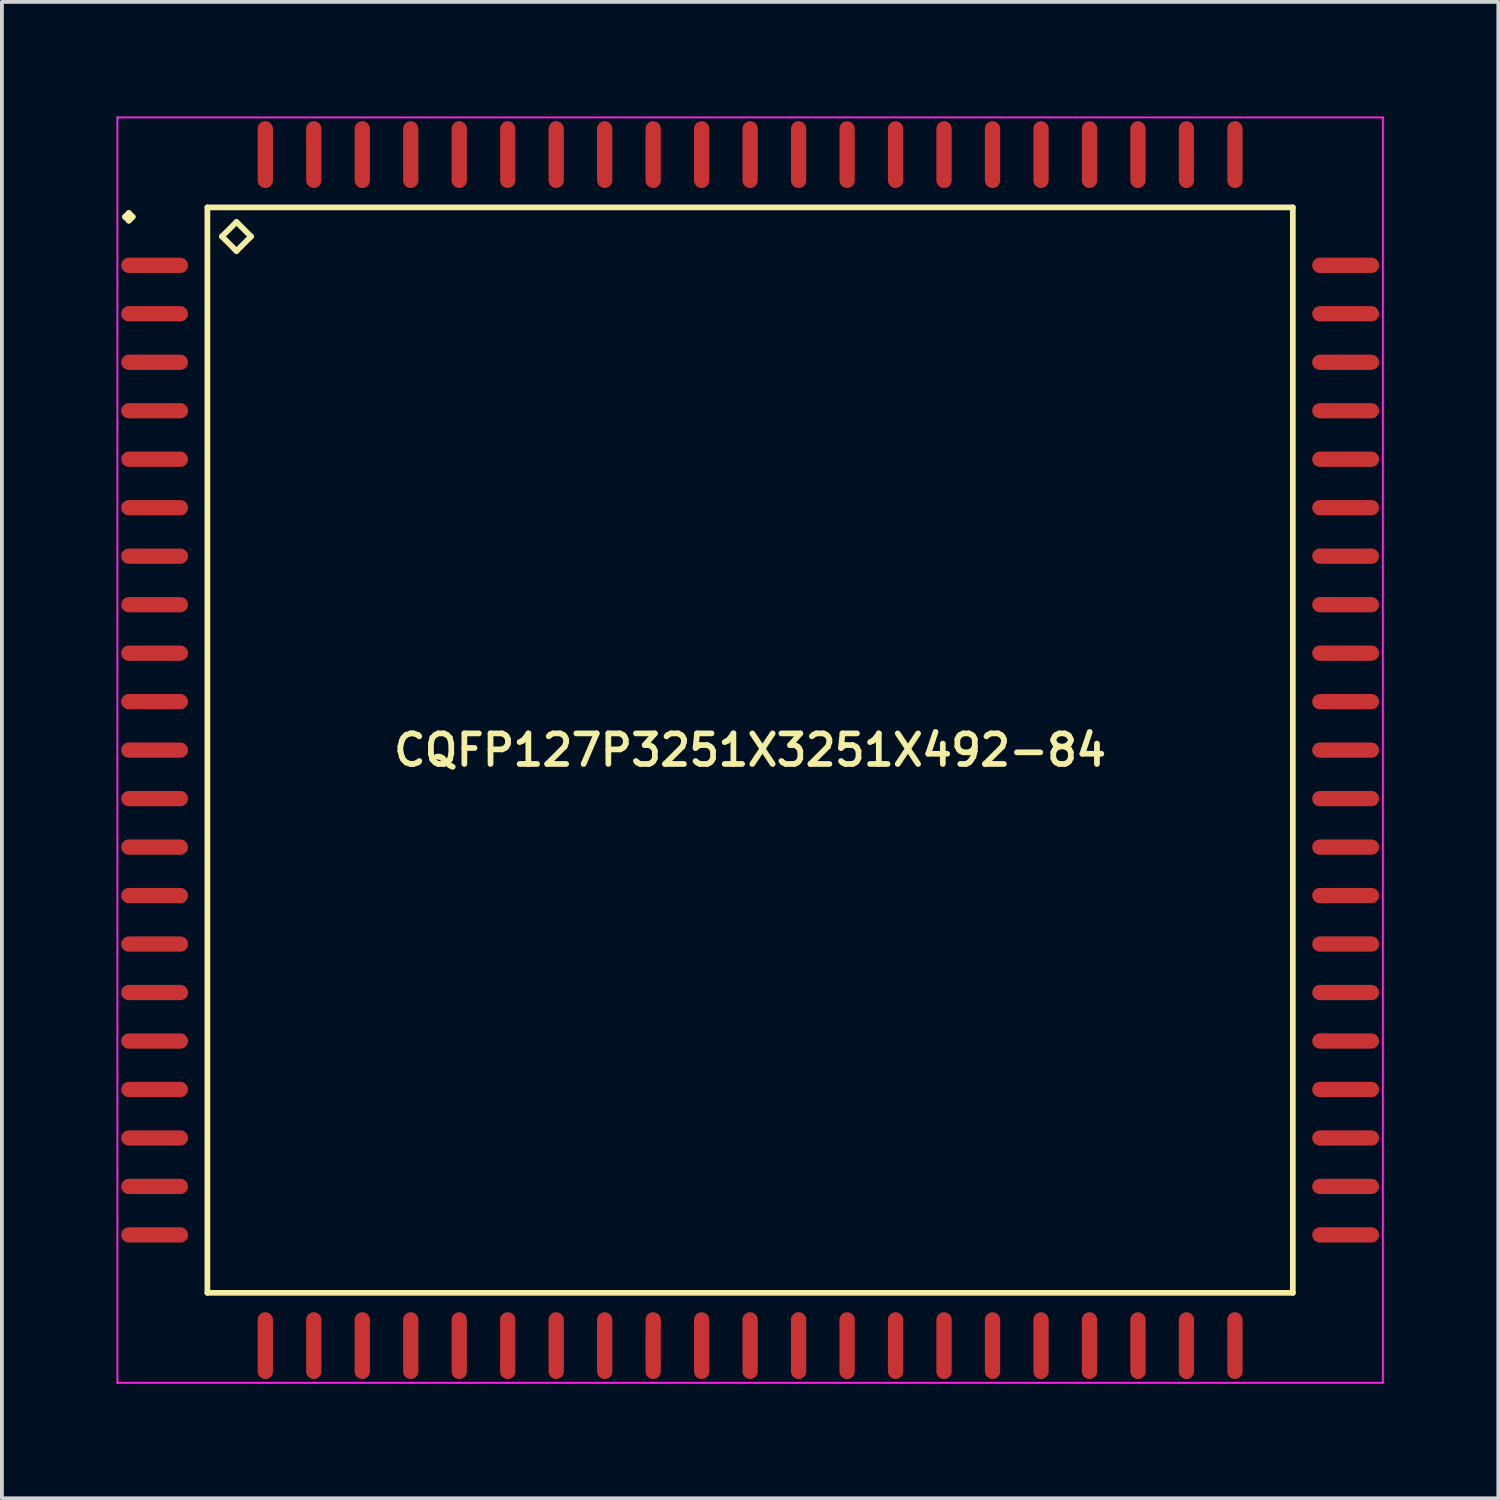
<source format=kicad_pcb>
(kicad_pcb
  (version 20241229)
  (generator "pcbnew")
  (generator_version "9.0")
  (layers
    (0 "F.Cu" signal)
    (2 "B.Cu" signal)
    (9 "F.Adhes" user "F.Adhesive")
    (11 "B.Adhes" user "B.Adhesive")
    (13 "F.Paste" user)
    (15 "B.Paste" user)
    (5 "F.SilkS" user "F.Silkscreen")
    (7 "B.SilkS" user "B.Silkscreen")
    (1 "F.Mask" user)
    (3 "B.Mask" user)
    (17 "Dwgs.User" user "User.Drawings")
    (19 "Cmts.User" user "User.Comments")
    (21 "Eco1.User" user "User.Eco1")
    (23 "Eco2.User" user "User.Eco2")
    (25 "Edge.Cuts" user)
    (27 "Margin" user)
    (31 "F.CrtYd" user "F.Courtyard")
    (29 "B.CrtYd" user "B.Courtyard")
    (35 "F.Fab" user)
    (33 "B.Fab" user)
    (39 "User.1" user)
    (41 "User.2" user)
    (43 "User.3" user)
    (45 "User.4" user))
  (footprint "CQFP127P3251X3251X492-84"
    (layer "F.Cu")
    (at 16.6 16.6)
    (property "Reference" "CQFP127P3251X3251X492-84" (at 0 0 0) (layer "F.SilkS") (effects (font (size 0.8 0.8) (thickness 0.15))))
    (attr smd)
    (fp_line (start -16.375 -13.97) (end -16.275 -14.07) (stroke (width 0.15) (type solid)) (layer "F.SilkS"))
    (fp_line (start -16.275 -14.07) (end -16.175 -13.97) (stroke (width 0.15) (type solid)) (layer "F.SilkS"))
    (fp_line (start -16.275 -13.87) (end -16.375 -13.97) (stroke (width 0.15) (type solid)) (layer "F.SilkS"))
    (fp_line (start -16.175 -13.97) (end -16.275 -13.87) (stroke (width 0.15) (type solid)) (layer "F.SilkS"))
    (fp_line (start -14.217 -14.217) (end -14.217 14.217) (stroke (width 0.15) (type solid)) (layer "F.SilkS"))
    (fp_line (start -14.217 14.217) (end 14.217 14.217) (stroke (width 0.15) (type solid)) (layer "F.SilkS"))
    (fp_line (start -13.836 -13.455) (end -13.455 -13.836) (stroke (width 0.15) (type solid)) (layer "F.SilkS"))
    (fp_line (start -13.455 -13.836) (end -13.074 -13.455) (stroke (width 0.15) (type solid)) (layer "F.SilkS"))
    (fp_line (start -13.455 -13.074) (end -13.836 -13.455) (stroke (width 0.15) (type solid)) (layer "F.SilkS"))
    (fp_line (start -13.074 -13.455) (end -13.455 -13.074) (stroke (width 0.15) (type solid)) (layer "F.SilkS"))
    (fp_line (start 14.217 -14.217) (end -14.217 -14.217) (stroke (width 0.15) (type solid)) (layer "F.SilkS"))
    (fp_line (start 14.217 14.217) (end 14.217 -14.217) (stroke (width 0.15) (type solid)) (layer "F.SilkS"))
    (fp_line (start -16.575 -16.575) (end 16.575 -16.575) (stroke (width 0.05) (type solid)) (layer "F.CrtYd"))
    (fp_line (start -16.575 16.575) (end -16.575 -16.575) (stroke (width 0.05) (type solid)) (layer "F.CrtYd"))
    (fp_line (start 16.575 -16.575) (end 16.575 16.575) (stroke (width 0.05) (type solid)) (layer "F.CrtYd"))
    (fp_line (start 16.575 16.575) (end -16.575 16.575) (stroke (width 0.05) (type solid)) (layer "F.CrtYd"))
    (pad "1" smd oval (at -15.6 -12.7) (size 1.75 0.4) (layers "F.Cu" "F.Mask" "F.Paste"))
    (pad "2" smd oval (at -15.6 -11.43) (size 1.75 0.4) (layers "F.Cu" "F.Mask" "F.Paste"))
    (pad "3" smd oval (at -15.6 -10.16) (size 1.75 0.4) (layers "F.Cu" "F.Mask" "F.Paste"))
    (pad "4" smd oval (at -15.6 -8.89) (size 1.75 0.4) (layers "F.Cu" "F.Mask" "F.Paste"))
    (pad "5" smd oval (at -15.6 -7.62) (size 1.75 0.4) (layers "F.Cu" "F.Mask" "F.Paste"))
    (pad "6" smd oval (at -15.6 -6.35) (size 1.75 0.4) (layers "F.Cu" "F.Mask" "F.Paste"))
    (pad "7" smd oval (at -15.6 -5.08) (size 1.75 0.4) (layers "F.Cu" "F.Mask" "F.Paste"))
    (pad "8" smd oval (at -15.6 -3.81) (size 1.75 0.4) (layers "F.Cu" "F.Mask" "F.Paste"))
    (pad "9" smd oval (at -15.6 -2.54) (size 1.75 0.4) (layers "F.Cu" "F.Mask" "F.Paste"))
    (pad "10" smd oval (at -15.6 -1.27) (size 1.75 0.4) (layers "F.Cu" "F.Mask" "F.Paste"))
    (pad "11" smd oval (at -15.6 0) (size 1.75 0.4) (layers "F.Cu" "F.Mask" "F.Paste"))
    (pad "12" smd oval (at -15.6 1.27) (size 1.75 0.4) (layers "F.Cu" "F.Mask" "F.Paste"))
    (pad "13" smd oval (at -15.6 2.54) (size 1.75 0.4) (layers "F.Cu" "F.Mask" "F.Paste"))
    (pad "14" smd oval (at -15.6 3.81) (size 1.75 0.4) (layers "F.Cu" "F.Mask" "F.Paste"))
    (pad "15" smd oval (at -15.6 5.08) (size 1.75 0.4) (layers "F.Cu" "F.Mask" "F.Paste"))
    (pad "16" smd oval (at -15.6 6.35) (size 1.75 0.4) (layers "F.Cu" "F.Mask" "F.Paste"))
    (pad "17" smd oval (at -15.6 7.62) (size 1.75 0.4) (layers "F.Cu" "F.Mask" "F.Paste"))
    (pad "18" smd oval (at -15.6 8.89) (size 1.75 0.4) (layers "F.Cu" "F.Mask" "F.Paste"))
    (pad "19" smd oval (at -15.6 10.16) (size 1.75 0.4) (layers "F.Cu" "F.Mask" "F.Paste"))
    (pad "20" smd oval (at -15.6 11.43) (size 1.75 0.4) (layers "F.Cu" "F.Mask" "F.Paste"))
    (pad "21" smd oval (at -15.6 12.7) (size 1.75 0.4) (layers "F.Cu" "F.Mask" "F.Paste"))
    (pad "22" smd oval (at -12.7 15.6) (size 0.4 1.75) (layers "F.Cu" "F.Mask" "F.Paste"))
    (pad "23" smd oval (at -11.43 15.6) (size 0.4 1.75) (layers "F.Cu" "F.Mask" "F.Paste"))
    (pad "24" smd oval (at -10.16 15.6) (size 0.4 1.75) (layers "F.Cu" "F.Mask" "F.Paste"))
    (pad "25" smd oval (at -8.89 15.6) (size 0.4 1.75) (layers "F.Cu" "F.Mask" "F.Paste"))
    (pad "26" smd oval (at -7.62 15.6) (size 0.4 1.75) (layers "F.Cu" "F.Mask" "F.Paste"))
    (pad "27" smd oval (at -6.35 15.6) (size 0.4 1.75) (layers "F.Cu" "F.Mask" "F.Paste"))
    (pad "28" smd oval (at -5.08 15.6) (size 0.4 1.75) (layers "F.Cu" "F.Mask" "F.Paste"))
    (pad "29" smd oval (at -3.81 15.6) (size 0.4 1.75) (layers "F.Cu" "F.Mask" "F.Paste"))
    (pad "30" smd oval (at -2.54 15.6) (size 0.4 1.75) (layers "F.Cu" "F.Mask" "F.Paste"))
    (pad "31" smd oval (at -1.27 15.6) (size 0.4 1.75) (layers "F.Cu" "F.Mask" "F.Paste"))
    (pad "32" smd oval (at 0 15.6) (size 0.4 1.75) (layers "F.Cu" "F.Mask" "F.Paste"))
    (pad "33" smd oval (at 1.27 15.6) (size 0.4 1.75) (layers "F.Cu" "F.Mask" "F.Paste"))
    (pad "34" smd oval (at 2.54 15.6) (size 0.4 1.75) (layers "F.Cu" "F.Mask" "F.Paste"))
    (pad "35" smd oval (at 3.81 15.6) (size 0.4 1.75) (layers "F.Cu" "F.Mask" "F.Paste"))
    (pad "36" smd oval (at 5.08 15.6) (size 0.4 1.75) (layers "F.Cu" "F.Mask" "F.Paste"))
    (pad "37" smd oval (at 6.35 15.6) (size 0.4 1.75) (layers "F.Cu" "F.Mask" "F.Paste"))
    (pad "38" smd oval (at 7.62 15.6) (size 0.4 1.75) (layers "F.Cu" "F.Mask" "F.Paste"))
    (pad "39" smd oval (at 8.89 15.6) (size 0.4 1.75) (layers "F.Cu" "F.Mask" "F.Paste"))
    (pad "40" smd oval (at 10.16 15.6) (size 0.4 1.75) (layers "F.Cu" "F.Mask" "F.Paste"))
    (pad "41" smd oval (at 11.43 15.6) (size 0.4 1.75) (layers "F.Cu" "F.Mask" "F.Paste"))
    (pad "42" smd oval (at 12.7 15.6) (size 0.4 1.75) (layers "F.Cu" "F.Mask" "F.Paste"))
    (pad "43" smd oval (at 15.6 12.7) (size 1.75 0.4) (layers "F.Cu" "F.Mask" "F.Paste"))
    (pad "44" smd oval (at 15.6 11.43) (size 1.75 0.4) (layers "F.Cu" "F.Mask" "F.Paste"))
    (pad "45" smd oval (at 15.6 10.16) (size 1.75 0.4) (layers "F.Cu" "F.Mask" "F.Paste"))
    (pad "46" smd oval (at 15.6 8.89) (size 1.75 0.4) (layers "F.Cu" "F.Mask" "F.Paste"))
    (pad "47" smd oval (at 15.6 7.62) (size 1.75 0.4) (layers "F.Cu" "F.Mask" "F.Paste"))
    (pad "48" smd oval (at 15.6 6.35) (size 1.75 0.4) (layers "F.Cu" "F.Mask" "F.Paste"))
    (pad "49" smd oval (at 15.6 5.08) (size 1.75 0.4) (layers "F.Cu" "F.Mask" "F.Paste"))
    (pad "50" smd oval (at 15.6 3.81) (size 1.75 0.4) (layers "F.Cu" "F.Mask" "F.Paste"))
    (pad "51" smd oval (at 15.6 2.54) (size 1.75 0.4) (layers "F.Cu" "F.Mask" "F.Paste"))
    (pad "52" smd oval (at 15.6 1.27) (size 1.75 0.4) (layers "F.Cu" "F.Mask" "F.Paste"))
    (pad "53" smd oval (at 15.6 0) (size 1.75 0.4) (layers "F.Cu" "F.Mask" "F.Paste"))
    (pad "54" smd oval (at 15.6 -1.27) (size 1.75 0.4) (layers "F.Cu" "F.Mask" "F.Paste"))
    (pad "55" smd oval (at 15.6 -2.54) (size 1.75 0.4) (layers "F.Cu" "F.Mask" "F.Paste"))
    (pad "56" smd oval (at 15.6 -3.81) (size 1.75 0.4) (layers "F.Cu" "F.Mask" "F.Paste"))
    (pad "57" smd oval (at 15.6 -5.08) (size 1.75 0.4) (layers "F.Cu" "F.Mask" "F.Paste"))
    (pad "58" smd oval (at 15.6 -6.35) (size 1.75 0.4) (layers "F.Cu" "F.Mask" "F.Paste"))
    (pad "59" smd oval (at 15.6 -7.62) (size 1.75 0.4) (layers "F.Cu" "F.Mask" "F.Paste"))
    (pad "60" smd oval (at 15.6 -8.89) (size 1.75 0.4) (layers "F.Cu" "F.Mask" "F.Paste"))
    (pad "61" smd oval (at 15.6 -10.16) (size 1.75 0.4) (layers "F.Cu" "F.Mask" "F.Paste"))
    (pad "62" smd oval (at 15.6 -11.43) (size 1.75 0.4) (layers "F.Cu" "F.Mask" "F.Paste"))
    (pad "63" smd oval (at 15.6 -12.7) (size 1.75 0.4) (layers "F.Cu" "F.Mask" "F.Paste"))
    (pad "64" smd oval (at 12.7 -15.6) (size 0.4 1.75) (layers "F.Cu" "F.Mask" "F.Paste"))
    (pad "65" smd oval (at 11.43 -15.6) (size 0.4 1.75) (layers "F.Cu" "F.Mask" "F.Paste"))
    (pad "66" smd oval (at 10.16 -15.6) (size 0.4 1.75) (layers "F.Cu" "F.Mask" "F.Paste"))
    (pad "67" smd oval (at 8.89 -15.6) (size 0.4 1.75) (layers "F.Cu" "F.Mask" "F.Paste"))
    (pad "68" smd oval (at 7.62 -15.6) (size 0.4 1.75) (layers "F.Cu" "F.Mask" "F.Paste"))
    (pad "69" smd oval (at 6.35 -15.6) (size 0.4 1.75) (layers "F.Cu" "F.Mask" "F.Paste"))
    (pad "70" smd oval (at 5.08 -15.6) (size 0.4 1.75) (layers "F.Cu" "F.Mask" "F.Paste"))
    (pad "71" smd oval (at 3.81 -15.6) (size 0.4 1.75) (layers "F.Cu" "F.Mask" "F.Paste"))
    (pad "72" smd oval (at 2.54 -15.6) (size 0.4 1.75) (layers "F.Cu" "F.Mask" "F.Paste"))
    (pad "73" smd oval (at 1.27 -15.6) (size 0.4 1.75) (layers "F.Cu" "F.Mask" "F.Paste"))
    (pad "74" smd oval (at 0 -15.6) (size 0.4 1.75) (layers "F.Cu" "F.Mask" "F.Paste"))
    (pad "75" smd oval (at -1.27 -15.6) (size 0.4 1.75) (layers "F.Cu" "F.Mask" "F.Paste"))
    (pad "76" smd oval (at -2.54 -15.6) (size 0.4 1.75) (layers "F.Cu" "F.Mask" "F.Paste"))
    (pad "77" smd oval (at -3.81 -15.6) (size 0.4 1.75) (layers "F.Cu" "F.Mask" "F.Paste"))
    (pad "78" smd oval (at -5.08 -15.6) (size 0.4 1.75) (layers "F.Cu" "F.Mask" "F.Paste"))
    (pad "79" smd oval (at -6.35 -15.6) (size 0.4 1.75) (layers "F.Cu" "F.Mask" "F.Paste"))
    (pad "80" smd oval (at -7.62 -15.6) (size 0.4 1.75) (layers "F.Cu" "F.Mask" "F.Paste"))
    (pad "81" smd oval (at -8.89 -15.6) (size 0.4 1.75) (layers "F.Cu" "F.Mask" "F.Paste"))
    (pad "82" smd oval (at -10.16 -15.6) (size 0.4 1.75) (layers "F.Cu" "F.Mask" "F.Paste"))
    (pad "83" smd oval (at -11.43 -15.6) (size 0.4 1.75) (layers "F.Cu" "F.Mask" "F.Paste"))
    (pad "84" smd oval (at -12.7 -15.6) (size 0.4 1.75) (layers "F.Cu" "F.Mask" "F.Paste")))
  (gr_rect
    (start -3 -3)
    (end 36.2 36.2)
    (stroke (width 0.1) (type default))
    (fill no)
    (layer "Edge.Cuts")))
</source>
